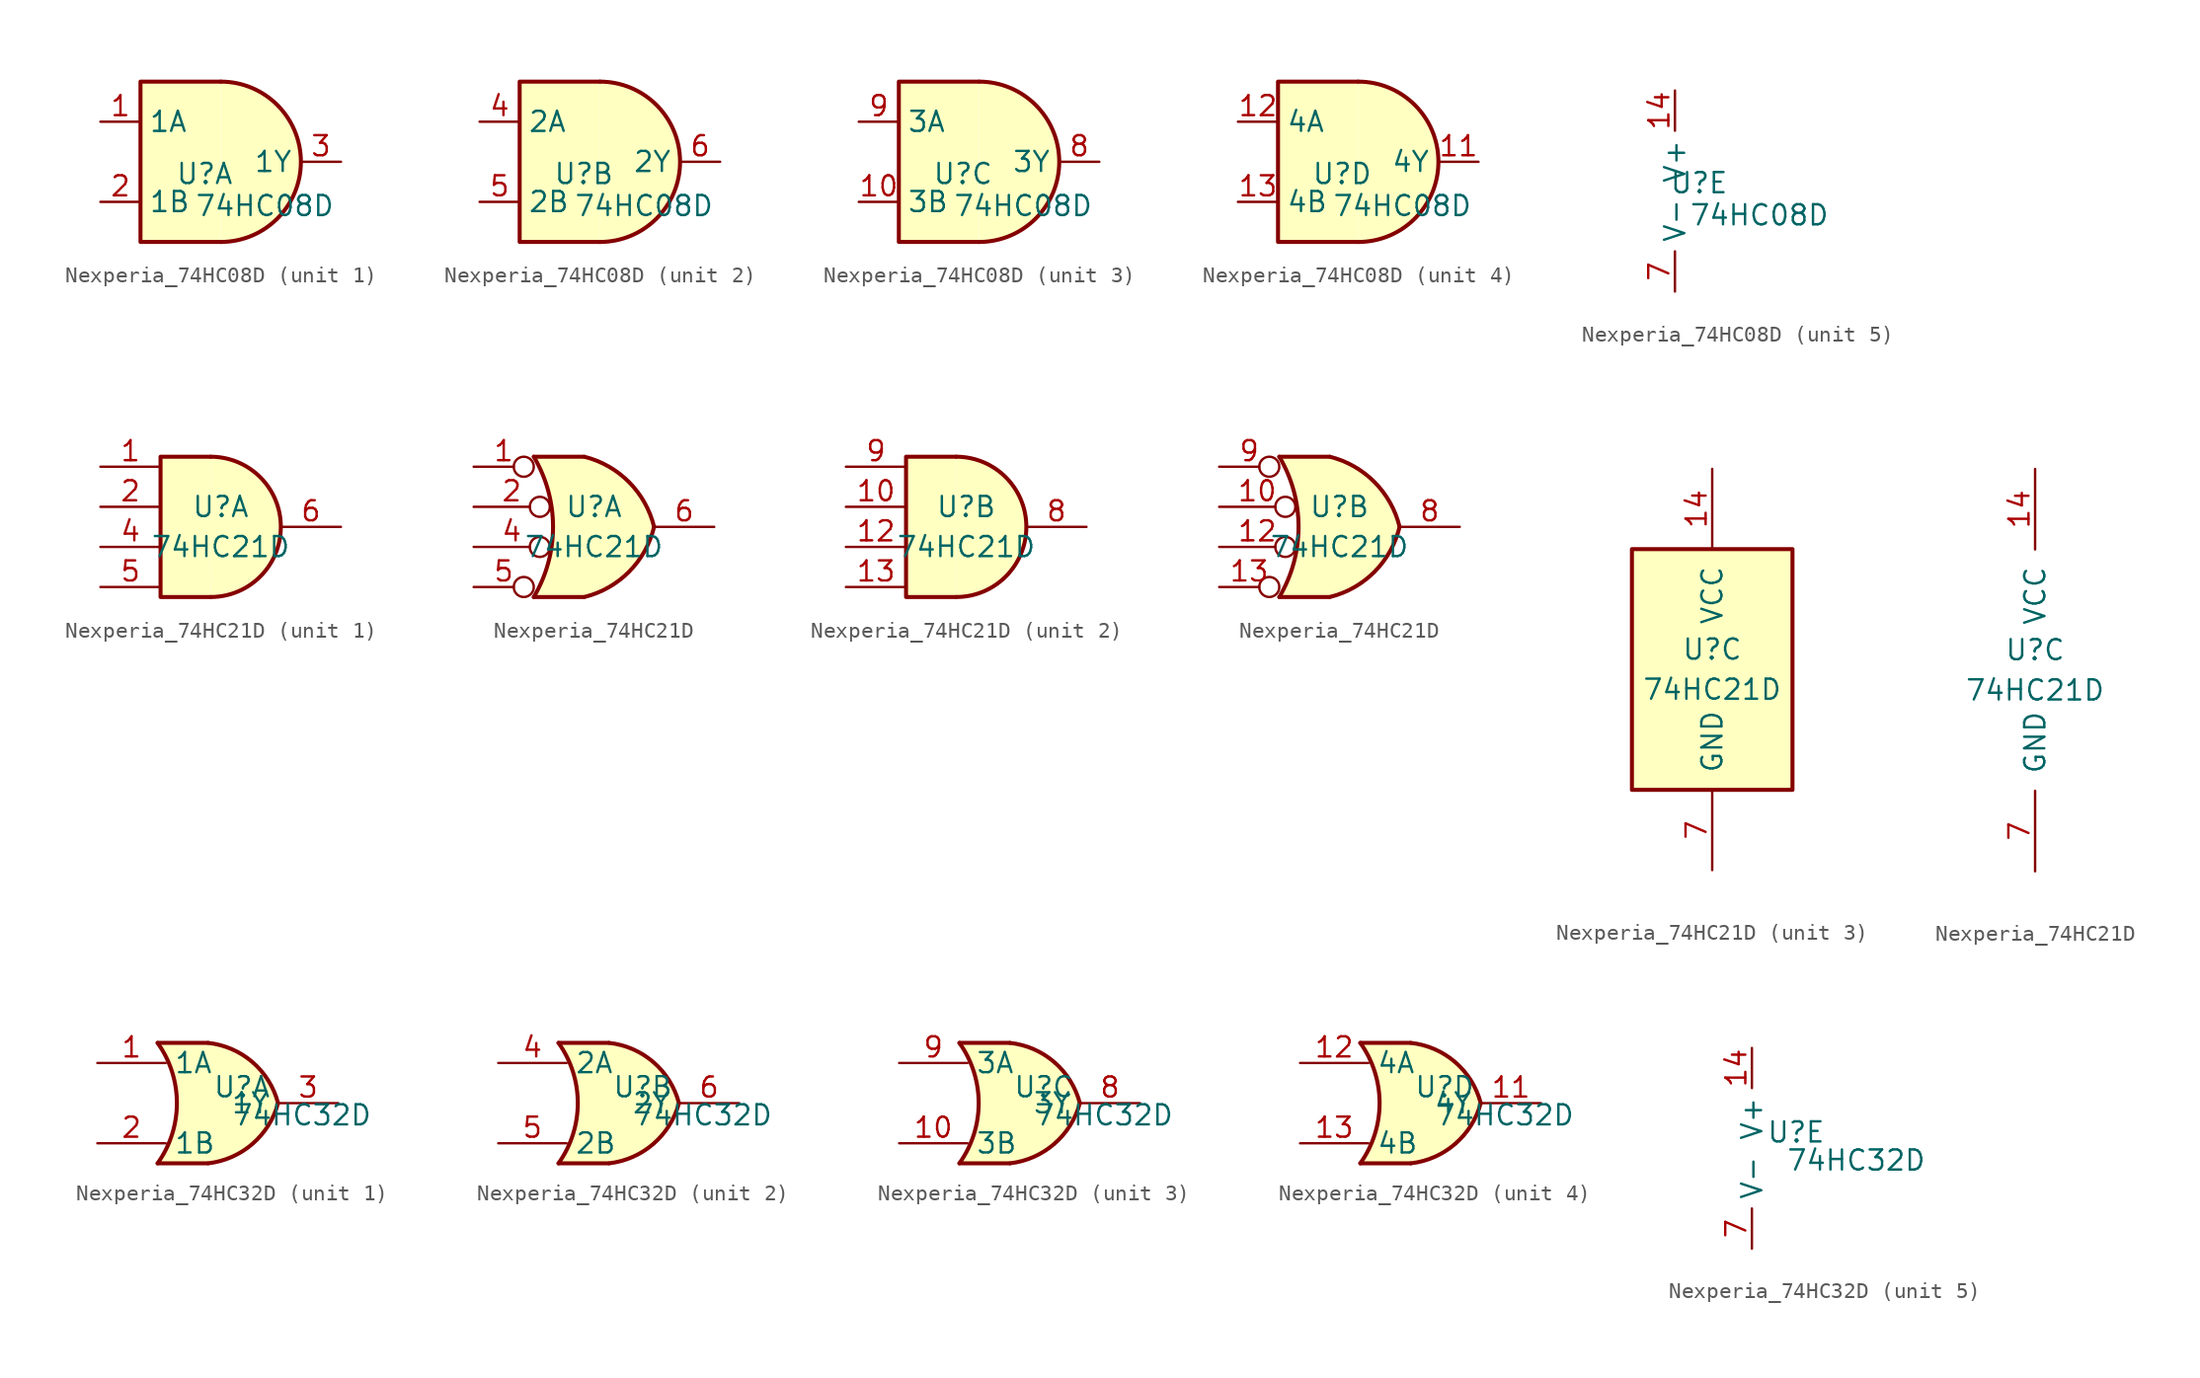
<source format=kicad_sym>
(kicad_symbol_lib
  (version 20241209)
  (generator "kicad_symbol_editor")
  (generator_version "9.0")
  (symbol "Nexperia_74HC08D"
    (property "Reference" "U"
      (at 4.064 1.778 0)
      (effects (font (size 1.27 1.27))))
    (property "Value" "74HC08D"
      (at 7.874 -0.254 0)
      (effects (font (size 1.27 1.27))))
    (property "ki_locked" ""
      (at 0 0 0)
      (effects (font (size 1.27 1.27))))
    (symbol "Nexperia_74HC08D_1_1"
      (arc (start 5.08 7.62) (mid 10.16 2.54) (end 5.08 -2.54) (stroke (width 0.254) (type solid)) (fill (type color) (color 255 255 194 1)))
      (polyline (pts (xy 5.08 -2.54) (xy 0 -2.54) (xy 0 7.62) (xy 5.08 7.62)) (stroke (width 0.254) (type default)) (fill (type color) (color 255 255 194 1)))
      (pin input line (at -2.54 5.08 0) (length 2.54) (name "1A" (effects (font (size 1.27 1.27)))) (number "1" (effects (font (size 1.27 1.27)))))
      (pin input line (at -2.54 0 0) (length 2.54) (name "1B" (effects (font (size 1.27 1.27)))) (number "2" (effects (font (size 1.27 1.27)))))
      (pin output line (at 12.7 2.54 180) (length 2.54) (name "1Y" (effects (font (size 1.27 1.27)))) (number "3" (effects (font (size 1.27 1.27))))))
    (symbol "Nexperia_74HC08D_2_1"
      (arc (start 5.08 7.62) (mid 10.16 2.54) (end 5.08 -2.54) (stroke (width 0.254) (type solid)) (fill (type color) (color 255 255 194 1)))
      (polyline (pts (xy 5.08 -2.54) (xy 0 -2.54) (xy 0 7.62) (xy 5.08 7.62)) (stroke (width 0.254) (type default)) (fill (type color) (color 255 255 194 1)))
      (pin input line (at -2.54 5.08 0) (length 2.54) (name "2A" (effects (font (size 1.27 1.27)))) (number "4" (effects (font (size 1.27 1.27)))))
      (pin input line (at -2.54 0 0) (length 2.54) (name "2B" (effects (font (size 1.27 1.27)))) (number "5" (effects (font (size 1.27 1.27)))))
      (pin output line (at 12.7 2.54 180) (length 2.54) (name "2Y" (effects (font (size 1.27 1.27)))) (number "6" (effects (font (size 1.27 1.27))))))
    (symbol "Nexperia_74HC08D_3_1"
      (arc (start 5.08 7.62) (mid 10.16 2.54) (end 5.08 -2.54) (stroke (width 0.254) (type solid)) (fill (type color) (color 255 255 194 1)))
      (polyline (pts (xy 5.08 -2.54) (xy 0 -2.54) (xy 0 7.62) (xy 5.08 7.62)) (stroke (width 0.254) (type default)) (fill (type color) (color 255 255 194 1)))
      (pin input line (at -2.54 5.08 0) (length 2.54) (name "3A" (effects (font (size 1.27 1.27)))) (number "9" (effects (font (size 1.27 1.27)))))
      (pin input line (at -2.54 0 0) (length 2.54) (name "3B" (effects (font (size 1.27 1.27)))) (number "10" (effects (font (size 1.27 1.27)))))
      (pin output line (at 12.7 2.54 180) (length 2.54) (name "3Y" (effects (font (size 1.27 1.27)))) (number "8" (effects (font (size 1.27 1.27))))))
    (symbol "Nexperia_74HC08D_4_1"
      (arc (start 5.08 7.62) (mid 10.16 2.54) (end 5.08 -2.54) (stroke (width 0.254) (type solid)) (fill (type color) (color 255 255 194 1)))
      (polyline (pts (xy 5.08 -2.54) (xy 0 -2.54) (xy 0 7.62) (xy 5.08 7.62)) (stroke (width 0.254) (type default)) (fill (type color) (color 255 255 194 1)))
      (pin input line (at -2.54 5.08 0) (length 2.54) (name "4A" (effects (font (size 1.27 1.27)))) (number "12" (effects (font (size 1.27 1.27)))))
      (pin input line (at -2.54 0 0) (length 2.54) (name "4B" (effects (font (size 1.27 1.27)))) (number "13" (effects (font (size 1.27 1.27)))))
      (pin output line (at 12.7 2.54 180) (length 2.54) (name "4Y" (effects (font (size 1.27 1.27)))) (number "11" (effects (font (size 1.27 1.27))))))
    (symbol "Nexperia_74HC08D_5_1"
      (pin input line (at 2.54 7.62 270) (length 2.54) (name "V+" (effects (font (size 1.27 1.27)))) (number "14" (effects (font (size 1.27 1.27)))))
      (pin input line (at 2.54 -5.08 90) (length 2.54) (name "V-" (effects (font (size 1.27 1.27)))) (number "7" (effects (font (size 1.27 1.27)))))))
  (symbol "Nexperia_74HC21D"
    (pin_names
      (offset 1.016))
    (property "Reference" "U"
      (at 0 1.27 0)
      (effects (font (size 1.27 1.27))))
    (property "Value" "74HC21D"
      (at 0 -1.27 0)
      (effects (font (size 1.27 1.27))))
    (property "ki_locked" ""
      (at 0 0 0)
      (effects (font (size 1.27 1.27))))
    (symbol "Nexperia_74HC21D_1_1"
      (arc (start -0.635 4.445) (mid 3.7907 0) (end -0.635 -4.445) (stroke (width 0.254) (type default)) (fill (type background)))
      (polyline (pts (xy -0.635 4.445) (xy -3.81 4.445) (xy -3.81 -4.445) (xy -0.635 -4.445)) (stroke (width 0.254) (type default)) (fill (type background)))
      (pin input line (at -7.62 3.81 0) (length 3.81) (name "~" (effects (font (size 1.27 1.27)))) (number "1" (effects (font (size 1.27 1.27)))))
      (pin input line (at -7.62 1.27 0) (length 3.81) (name "~" (effects (font (size 1.27 1.27)))) (number "2" (effects (font (size 1.27 1.27)))))
      (pin input line (at -7.62 -1.27 0) (length 3.81) (name "~" (effects (font (size 1.27 1.27)))) (number "4" (effects (font (size 1.27 1.27)))))
      (pin input line (at -7.62 -3.81 0) (length 3.81) (name "~" (effects (font (size 1.27 1.27)))) (number "5" (effects (font (size 1.27 1.27)))))
      (pin output line (at 7.62 0 180) (length 3.81) (name "~" (effects (font (size 1.27 1.27)))) (number "6" (effects (font (size 1.27 1.27))))))
    (symbol "Nexperia_74HC21D_1_2"
      (arc (start -3.81 4.445) (mid -2.5908 0) (end -3.81 -4.445) (stroke (width 0.254) (type default)) (fill (type none)))
      (polyline (pts (xy -3.81 4.445) (xy -0.635 4.445)) (stroke (width 0.254) (type default)) (fill (type background)))
      (polyline (pts (xy -3.81 -4.445) (xy -0.635 -4.445)) (stroke (width 0.254) (type default)) (fill (type background)))
      (arc (start -0.6096 4.445) (mid 2.2198 2.8385) (end 3.81 0) (stroke (width 0.254) (type default)) (fill (type background)))
      (arc (start 3.81 0) (mid 2.224 -2.8428) (end -0.6096 -4.445) (stroke (width 0.254) (type default)) (fill (type background)))
      (polyline (pts (xy -0.635 4.445) (xy -3.81 4.445) (xy -3.81 4.445) (xy -3.632 4.089) (xy -3.099 2.921) (xy -2.769 1.676) (xy -2.616 0.432) (xy -2.642 -0.864) (xy -2.87 -2.108) (xy -3.251 -3.327) (xy -3.81 -4.445) (xy -3.81 -4.445) (xy -0.635 -4.445)) (stroke (width -25.4) (type default)) (fill (type background)))
      (pin input inverted (at -7.62 3.81 0) (length 3.81) (name "~" (effects (font (size 1.27 1.27)))) (number "1" (effects (font (size 1.27 1.27)))))
      (pin input inverted (at -7.62 1.27 0) (length 4.826) (name "~" (effects (font (size 1.27 1.27)))) (number "2" (effects (font (size 1.27 1.27)))))
      (pin input inverted (at -7.62 -1.27 0) (length 4.826) (name "~" (effects (font (size 1.27 1.27)))) (number "4" (effects (font (size 1.27 1.27)))))
      (pin input inverted (at -7.62 -3.81 0) (length 3.81) (name "~" (effects (font (size 1.27 1.27)))) (number "5" (effects (font (size 1.27 1.27)))))
      (pin output line (at 7.62 0 180) (length 3.81) (name "~" (effects (font (size 1.27 1.27)))) (number "6" (effects (font (size 1.27 1.27))))))
    (symbol "Nexperia_74HC21D_2_1"
      (arc (start -0.635 4.445) (mid 3.7907 0) (end -0.635 -4.445) (stroke (width 0.254) (type default)) (fill (type background)))
      (polyline (pts (xy -0.635 4.445) (xy -3.81 4.445) (xy -3.81 -4.445) (xy -0.635 -4.445)) (stroke (width 0.254) (type default)) (fill (type background)))
      (pin input line (at -7.62 3.81 0) (length 3.81) (name "~" (effects (font (size 1.27 1.27)))) (number "9" (effects (font (size 1.27 1.27)))))
      (pin input line (at -7.62 1.27 0) (length 3.81) (name "~" (effects (font (size 1.27 1.27)))) (number "10" (effects (font (size 1.27 1.27)))))
      (pin input line (at -7.62 -1.27 0) (length 3.81) (name "~" (effects (font (size 1.27 1.27)))) (number "12" (effects (font (size 1.27 1.27)))))
      (pin input line (at -7.62 -3.81 0) (length 3.81) (name "~" (effects (font (size 1.27 1.27)))) (number "13" (effects (font (size 1.27 1.27)))))
      (pin output line (at 7.62 0 180) (length 3.81) (name "~" (effects (font (size 1.27 1.27)))) (number "8" (effects (font (size 1.27 1.27))))))
    (symbol "Nexperia_74HC21D_2_2"
      (arc (start -3.81 4.445) (mid -2.5908 0) (end -3.81 -4.445) (stroke (width 0.254) (type default)) (fill (type none)))
      (polyline (pts (xy -3.81 4.445) (xy -0.635 4.445)) (stroke (width 0.254) (type default)) (fill (type background)))
      (polyline (pts (xy -3.81 -4.445) (xy -0.635 -4.445)) (stroke (width 0.254) (type default)) (fill (type background)))
      (arc (start -0.6096 4.445) (mid 2.2198 2.8385) (end 3.81 0) (stroke (width 0.254) (type default)) (fill (type background)))
      (arc (start 3.81 0) (mid 2.224 -2.8428) (end -0.6096 -4.445) (stroke (width 0.254) (type default)) (fill (type background)))
      (polyline (pts (xy -0.635 4.445) (xy -3.81 4.445) (xy -3.81 4.445) (xy -3.632 4.089) (xy -3.099 2.921) (xy -2.769 1.676) (xy -2.616 0.432) (xy -2.642 -0.864) (xy -2.87 -2.108) (xy -3.251 -3.327) (xy -3.81 -4.445) (xy -3.81 -4.445) (xy -0.635 -4.445)) (stroke (width -25.4) (type default)) (fill (type background)))
      (pin input inverted (at -7.62 3.81 0) (length 3.81) (name "~" (effects (font (size 1.27 1.27)))) (number "9" (effects (font (size 1.27 1.27)))))
      (pin input inverted (at -7.62 1.27 0) (length 4.826) (name "~" (effects (font (size 1.27 1.27)))) (number "10" (effects (font (size 1.27 1.27)))))
      (pin input inverted (at -7.62 -1.27 0) (length 4.826) (name "~" (effects (font (size 1.27 1.27)))) (number "12" (effects (font (size 1.27 1.27)))))
      (pin input inverted (at -7.62 -3.81 0) (length 3.81) (name "~" (effects (font (size 1.27 1.27)))) (number "13" (effects (font (size 1.27 1.27)))))
      (pin output line (at 7.62 0 180) (length 3.81) (name "~" (effects (font (size 1.27 1.27)))) (number "8" (effects (font (size 1.27 1.27))))))
    (symbol "Nexperia_74HC21D_3_0"
      (pin power_in line (at 0 12.7 270) (length 5.08) (name "VCC" (effects (font (size 1.27 1.27)))) (number "14" (effects (font (size 1.27 1.27)))))
      (pin power_in line (at 0 -12.7 90) (length 5.08) (name "GND" (effects (font (size 1.27 1.27)))) (number "7" (effects (font (size 1.27 1.27))))))
    (symbol "Nexperia_74HC21D_3_1"
      (rectangle (start -5.08 7.62) (end 5.08 -7.62) (stroke (width 0.254) (type default)) (fill (type background)))
      (pin no_connect line (at -2.54 -10.16 90) (length 2.54) (hide yes) (name "3" (effects (font (size 1.27 1.27)))) (number "3" (effects (font (size 1.27 1.27)))))
      (pin no_connect line (at 2.54 10.16 270) (length 2.54) (hide yes) (name "11" (effects (font (size 1.27 1.27)))) (number "11" (effects (font (size 1.27 1.27)))))))
  (symbol "Nexperia_74HC32D"
    (property "Reference" "U"
      (at 2.794 1.016 0)
      (effects (font (size 1.27 1.27))))
    (property "Value" "74HC32D"
      (at 6.604 -0.762 0)
      (effects (font (size 1.27 1.27))))
    (property "ki_locked" ""
      (at 0 0 0)
      (effects (font (size 1.27 1.27))))
    (symbol "Nexperia_74HC32D_1_1"
      (arc (start -2.54 3.81) (mid -1.319 0) (end -2.54 -3.81) (stroke (width 0.254) (type default)) (fill (type none)))
      (polyline (pts (xy -2.54 3.81) (xy 0.635 3.81)) (stroke (width 0.254) (type default)) (fill (type background)))
      (polyline (pts (xy -2.54 -3.81) (xy 0.635 -3.81)) (stroke (width 0.254) (type default)) (fill (type background)))
      (arc (start 5.08 0) (mid 3.4555 -2.584) (end 0.6604 -3.81) (stroke (width 0.254) (type default)) (fill (type background)))
      (arc (start 0.6604 3.81) (mid 3.4628 2.5924) (end 5.08 0) (stroke (width 0.254) (type default)) (fill (type background)))
      (polyline (pts (xy 0.635 3.81) (xy -2.54 3.81) (xy -2.54 3.81) (xy -2.286 3.404) (xy -1.753 2.261) (xy -1.422 1.041) (xy -1.346 -0.254) (xy -1.499 -1.499) (xy -1.905 -2.718) (xy -2.54 -3.81) (xy -2.54 -3.81) (xy 0.635 -3.81)) (stroke (width -25.4) (type default)) (fill (type background)))
      (pin input line (at -6.35 2.54 0) (length 4.318) (name "1A" (effects (font (size 1.27 1.27)))) (number "1" (effects (font (size 1.27 1.27)))))
      (pin input line (at -6.35 -2.54 0) (length 4.318) (name "1B" (effects (font (size 1.27 1.27)))) (number "2" (effects (font (size 1.27 1.27)))))
      (pin output line (at 8.89 0 180) (length 3.81) (name "1Y" (effects (font (size 1.27 1.27)))) (number "3" (effects (font (size 1.27 1.27))))))
    (symbol "Nexperia_74HC32D_2_1"
      (arc (start -2.54 3.81) (mid -1.319 0) (end -2.54 -3.81) (stroke (width 0.254) (type default)) (fill (type none)))
      (polyline (pts (xy -2.54 3.81) (xy 0.635 3.81)) (stroke (width 0.254) (type default)) (fill (type background)))
      (polyline (pts (xy -2.54 -3.81) (xy 0.635 -3.81)) (stroke (width 0.254) (type default)) (fill (type background)))
      (arc (start 5.08 0) (mid 3.4555 -2.584) (end 0.6604 -3.81) (stroke (width 0.254) (type default)) (fill (type background)))
      (arc (start 0.6604 3.81) (mid 3.4628 2.5924) (end 5.08 0) (stroke (width 0.254) (type default)) (fill (type background)))
      (polyline (pts (xy 0.635 3.81) (xy -2.54 3.81) (xy -2.54 3.81) (xy -2.286 3.404) (xy -1.753 2.261) (xy -1.422 1.041) (xy -1.346 -0.254) (xy -1.499 -1.499) (xy -1.905 -2.718) (xy -2.54 -3.81) (xy -2.54 -3.81) (xy 0.635 -3.81)) (stroke (width -25.4) (type default)) (fill (type background)))
      (pin input line (at -6.35 2.54 0) (length 4.318) (name "2A" (effects (font (size 1.27 1.27)))) (number "4" (effects (font (size 1.27 1.27)))))
      (pin input line (at -6.35 -2.54 0) (length 4.318) (name "2B" (effects (font (size 1.27 1.27)))) (number "5" (effects (font (size 1.27 1.27)))))
      (pin output line (at 8.89 0 180) (length 3.81) (name "2Y" (effects (font (size 1.27 1.27)))) (number "6" (effects (font (size 1.27 1.27))))))
    (symbol "Nexperia_74HC32D_3_1"
      (arc (start -2.54 3.81) (mid -1.319 0) (end -2.54 -3.81) (stroke (width 0.254) (type default)) (fill (type none)))
      (polyline (pts (xy -2.54 3.81) (xy 0.635 3.81)) (stroke (width 0.254) (type default)) (fill (type background)))
      (polyline (pts (xy -2.54 -3.81) (xy 0.635 -3.81)) (stroke (width 0.254) (type default)) (fill (type background)))
      (arc (start 5.08 0) (mid 3.4555 -2.584) (end 0.6604 -3.81) (stroke (width 0.254) (type default)) (fill (type background)))
      (arc (start 0.6604 3.81) (mid 3.4628 2.5924) (end 5.08 0) (stroke (width 0.254) (type default)) (fill (type background)))
      (polyline (pts (xy 0.635 3.81) (xy -2.54 3.81) (xy -2.54 3.81) (xy -2.286 3.404) (xy -1.753 2.261) (xy -1.422 1.041) (xy -1.346 -0.254) (xy -1.499 -1.499) (xy -1.905 -2.718) (xy -2.54 -3.81) (xy -2.54 -3.81) (xy 0.635 -3.81)) (stroke (width -25.4) (type default)) (fill (type background)))
      (pin input line (at -6.35 2.54 0) (length 4.318) (name "3A" (effects (font (size 1.27 1.27)))) (number "9" (effects (font (size 1.27 1.27)))))
      (pin input line (at -6.35 -2.54 0) (length 4.318) (name "3B" (effects (font (size 1.27 1.27)))) (number "10" (effects (font (size 1.27 1.27)))))
      (pin output line (at 8.89 0 180) (length 3.81) (name "3Y" (effects (font (size 1.27 1.27)))) (number "8" (effects (font (size 1.27 1.27))))))
    (symbol "Nexperia_74HC32D_4_1"
      (arc (start -2.54 3.81) (mid -1.319 0) (end -2.54 -3.81) (stroke (width 0.254) (type default)) (fill (type none)))
      (polyline (pts (xy -2.54 3.81) (xy 0.635 3.81)) (stroke (width 0.254) (type default)) (fill (type background)))
      (polyline (pts (xy -2.54 -3.81) (xy 0.635 -3.81)) (stroke (width 0.254) (type default)) (fill (type background)))
      (arc (start 5.08 0) (mid 3.4555 -2.584) (end 0.6604 -3.81) (stroke (width 0.254) (type default)) (fill (type background)))
      (arc (start 0.6604 3.81) (mid 3.4628 2.5924) (end 5.08 0) (stroke (width 0.254) (type default)) (fill (type background)))
      (polyline (pts (xy 0.635 3.81) (xy -2.54 3.81) (xy -2.54 3.81) (xy -2.286 3.404) (xy -1.753 2.261) (xy -1.422 1.041) (xy -1.346 -0.254) (xy -1.499 -1.499) (xy -1.905 -2.718) (xy -2.54 -3.81) (xy -2.54 -3.81) (xy 0.635 -3.81)) (stroke (width -25.4) (type default)) (fill (type background)))
      (pin input line (at -6.35 2.54 0) (length 4.318) (name "4A" (effects (font (size 1.27 1.27)))) (number "12" (effects (font (size 1.27 1.27)))))
      (pin input line (at -6.35 -2.54 0) (length 4.318) (name "4B" (effects (font (size 1.27 1.27)))) (number "13" (effects (font (size 1.27 1.27)))))
      (pin output line (at 8.89 0 180) (length 3.81) (name "4Y" (effects (font (size 1.27 1.27)))) (number "11" (effects (font (size 1.27 1.27))))))
    (symbol "Nexperia_74HC32D_5_1"
      (pin input line (at 0 6.35 270) (length 2.54) (name "V+" (effects (font (size 1.27 1.27)))) (number "14" (effects (font (size 1.27 1.27)))))
      (pin input line (at 0 -6.35 90) (length 2.54) (name "V-" (effects (font (size 1.27 1.27)))) (number "7" (effects (font (size 1.27 1.27))))))))
</source>
